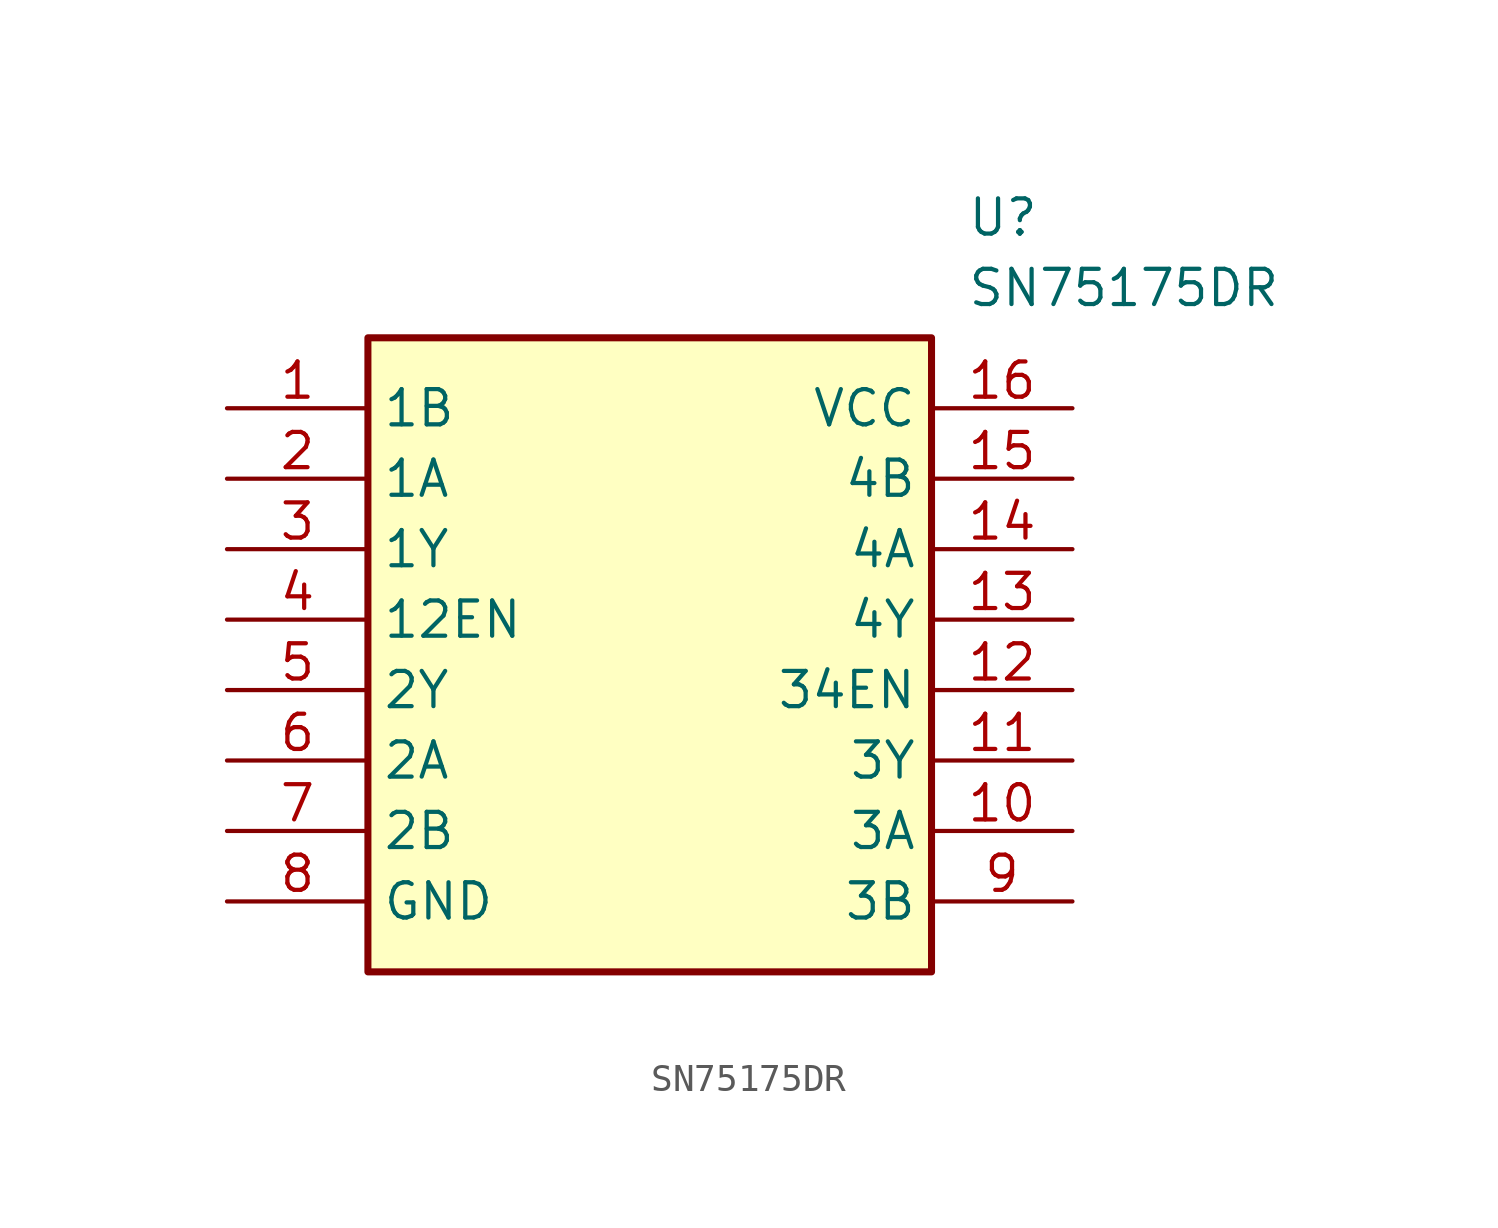
<source format=kicad_sym>
(kicad_symbol_lib
  (version 20241209)
  (generator "kicad_symbol_editor")
  (generator_version "9.0")
  (symbol "SN75175DR"
    (property "Reference" "U"
      (at 26.67 7.62 0)
      (effects (font (size 1.27 1.27)) (justify left top)))
    (property "Value" "SN75175DR"
      (at 26.67 5.08 0)
      (effects (font (size 1.27 1.27)) (justify left top)))
    (symbol "SN75175DR_1_1"
      (rectangle (start 5.08 2.54) (end 25.4 -20.32) (stroke (width 0.254) (type default)) (fill (type background)))
      (pin passive line (at 0 0 0) (length 5.08) (name "1B" (effects (font (size 1.27 1.27)))) (number "1" (effects (font (size 1.27 1.27)))))
      (pin passive line (at 0 -2.54 0) (length 5.08) (name "1A" (effects (font (size 1.27 1.27)))) (number "2" (effects (font (size 1.27 1.27)))))
      (pin passive line (at 0 -5.08 0) (length 5.08) (name "1Y" (effects (font (size 1.27 1.27)))) (number "3" (effects (font (size 1.27 1.27)))))
      (pin passive line (at 0 -7.62 0) (length 5.08) (name "12EN" (effects (font (size 1.27 1.27)))) (number "4" (effects (font (size 1.27 1.27)))))
      (pin passive line (at 0 -10.16 0) (length 5.08) (name "2Y" (effects (font (size 1.27 1.27)))) (number "5" (effects (font (size 1.27 1.27)))))
      (pin passive line (at 0 -12.7 0) (length 5.08) (name "2A" (effects (font (size 1.27 1.27)))) (number "6" (effects (font (size 1.27 1.27)))))
      (pin passive line (at 0 -15.24 0) (length 5.08) (name "2B" (effects (font (size 1.27 1.27)))) (number "7" (effects (font (size 1.27 1.27)))))
      (pin passive line (at 0 -17.78 0) (length 5.08) (name "GND" (effects (font (size 1.27 1.27)))) (number "8" (effects (font (size 1.27 1.27)))))
      (pin passive line (at 30.48 0 180) (length 5.08) (name "VCC" (effects (font (size 1.27 1.27)))) (number "16" (effects (font (size 1.27 1.27)))))
      (pin passive line (at 30.48 -2.54 180) (length 5.08) (name "4B" (effects (font (size 1.27 1.27)))) (number "15" (effects (font (size 1.27 1.27)))))
      (pin passive line (at 30.48 -5.08 180) (length 5.08) (name "4A" (effects (font (size 1.27 1.27)))) (number "14" (effects (font (size 1.27 1.27)))))
      (pin passive line (at 30.48 -7.62 180) (length 5.08) (name "4Y" (effects (font (size 1.27 1.27)))) (number "13" (effects (font (size 1.27 1.27)))))
      (pin passive line (at 30.48 -10.16 180) (length 5.08) (name "34EN" (effects (font (size 1.27 1.27)))) (number "12" (effects (font (size 1.27 1.27)))))
      (pin passive line (at 30.48 -12.7 180) (length 5.08) (name "3Y" (effects (font (size 1.27 1.27)))) (number "11" (effects (font (size 1.27 1.27)))))
      (pin passive line (at 30.48 -15.24 180) (length 5.08) (name "3A" (effects (font (size 1.27 1.27)))) (number "10" (effects (font (size 1.27 1.27)))))
      (pin passive line (at 30.48 -17.78 180) (length 5.08) (name "3B" (effects (font (size 1.27 1.27)))) (number "9" (effects (font (size 1.27 1.27))))))))
</source>
